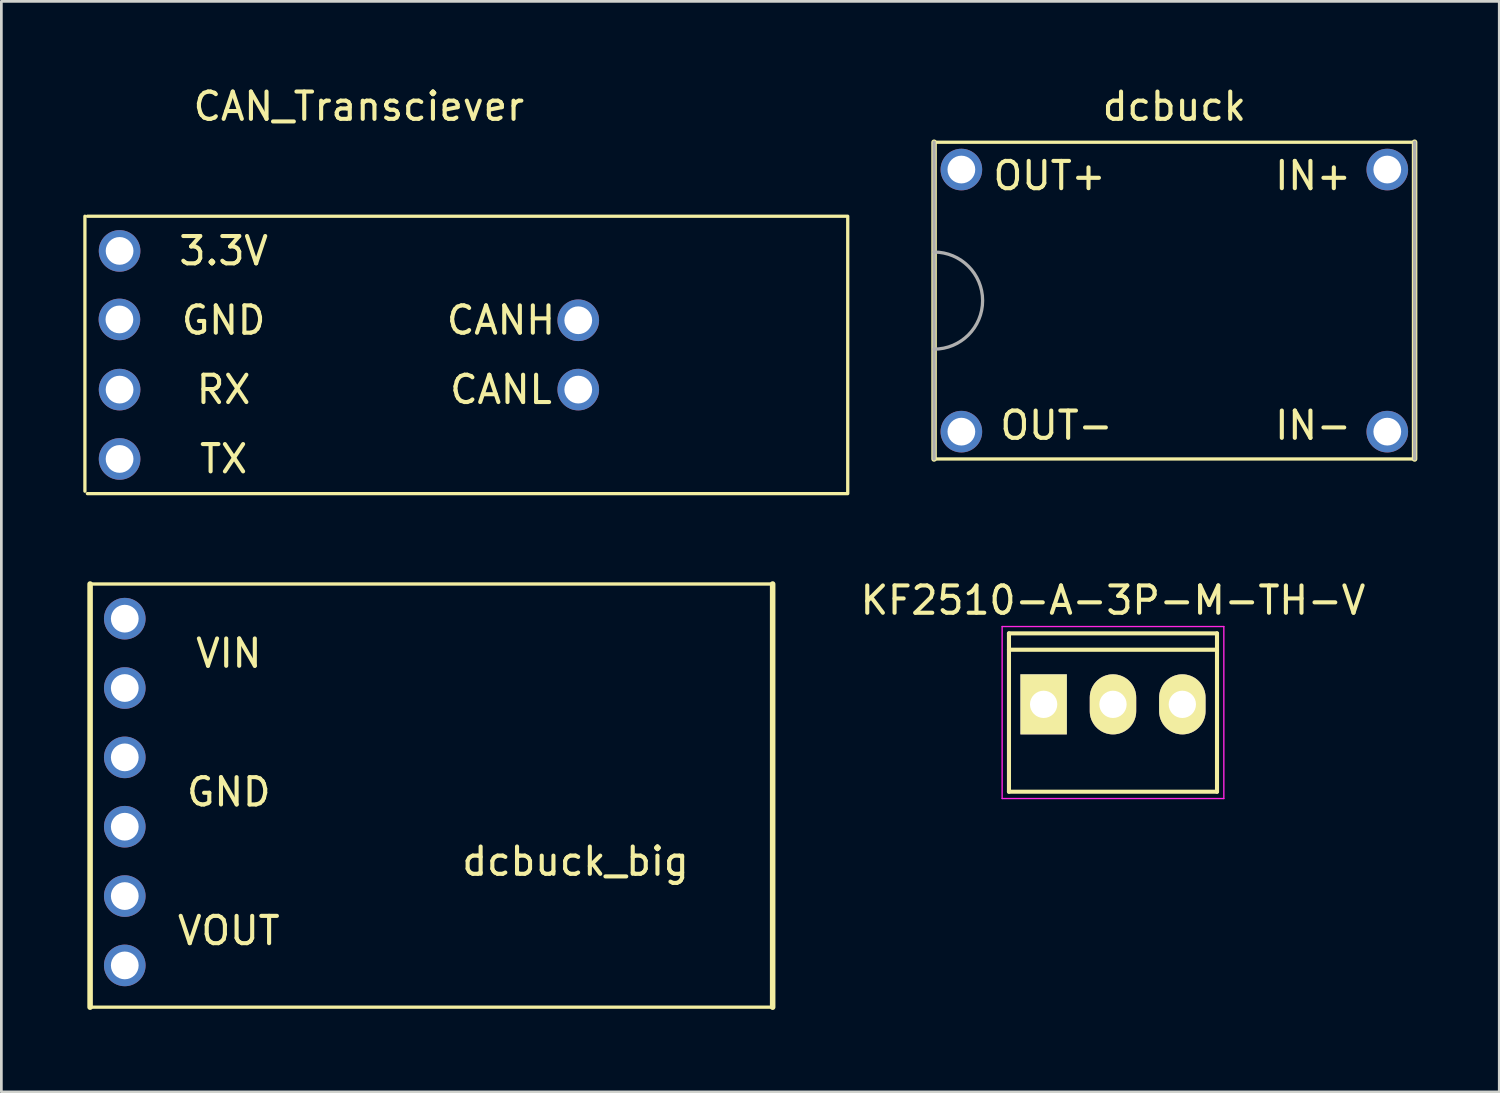
<source format=kicad_pcb>
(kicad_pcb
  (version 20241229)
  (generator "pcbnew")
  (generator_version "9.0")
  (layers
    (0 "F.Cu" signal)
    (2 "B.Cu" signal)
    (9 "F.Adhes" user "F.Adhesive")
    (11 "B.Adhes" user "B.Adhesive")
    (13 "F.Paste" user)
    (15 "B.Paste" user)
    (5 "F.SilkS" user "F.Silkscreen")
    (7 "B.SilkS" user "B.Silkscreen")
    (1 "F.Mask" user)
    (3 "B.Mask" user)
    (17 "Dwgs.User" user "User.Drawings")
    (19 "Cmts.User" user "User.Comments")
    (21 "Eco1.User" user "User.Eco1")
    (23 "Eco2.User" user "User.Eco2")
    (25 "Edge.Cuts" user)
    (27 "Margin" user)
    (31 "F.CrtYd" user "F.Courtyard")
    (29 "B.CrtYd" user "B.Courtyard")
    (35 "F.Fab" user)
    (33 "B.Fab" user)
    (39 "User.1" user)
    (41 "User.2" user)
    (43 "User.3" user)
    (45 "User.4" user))
  (footprint "dcbuck_big"
    (layer "F.Cu")
    (at 0.25 18.34)
    (property "Reference" "dcbuck_big" (at 17.78 10.16 0) (layer "F.SilkS") (effects (font (size 1 1) (thickness 0.15))))
    (attr through_hole)
    (fp_line (start 0 0) (end 0 15.5) (stroke (width 0.203) (type solid)) (layer "F.SilkS"))
    (fp_line (start 0 0) (end 25 0) (stroke (width 0.12) (type solid)) (layer "F.SilkS"))
    (fp_line (start 0 15.5) (end 25 15.5) (stroke (width 0.12) (type solid)) (layer "F.SilkS"))
    (fp_line (start 25 0) (end 25 15.5) (stroke (width 0.203) (type solid)) (layer "F.SilkS"))
    (fp_text user "VIN" (at 5.08 2.54 0) (layer "F.SilkS") (effects (font (size 1 1) (thickness 0.15))))
    (fp_text user "VOUT" (at 5.08 12.7 0) (layer "F.SilkS") (effects (font (size 1 1) (thickness 0.15))))
    (fp_text user "GND" (at 5.08 7.62 0) (layer "F.SilkS") (effects (font (size 1 1) (thickness 0.15))))
    (pad "1" thru_hole circle (at 1.27 1.27) (size 1.524 1.524) (drill 1.016) (layers "*.Cu" "*.Mask"))
    (pad "2" thru_hole circle (at 1.27 3.81) (size 1.524 1.524) (drill 1.016) (layers "*.Cu" "*.Mask"))
    (pad "3" thru_hole circle (at 1.27 6.35) (size 1.524 1.524) (drill 1.016) (layers "*.Cu" "*.Mask"))
    (pad "4" thru_hole circle (at 1.27 8.89) (size 1.524 1.524) (drill 1.016) (layers "*.Cu" "*.Mask"))
    (pad "5" thru_hole circle (at 1.27 11.43) (size 1.524 1.524) (drill 1.016) (layers "*.Cu" "*.Mask"))
    (pad "6" thru_hole circle (at 1.27 13.97) (size 1.524 1.524) (drill 1.016) (layers "*.Cu" "*.Mask")))
  (footprint "KF2510-A-3P-M-TH-V"
    (layer "F.Cu")
    (at 37.715 22.748)
    (property "Reference" "KF2510-A-3P-M-TH-V" (at 0 -3.81 0) (layer "F.SilkS") (effects (font (size 1 1) (thickness 0.15))))
    (attr through_hole)
    (fp_line (start -3.81 -2.6) (end 3.81 -2.6) (stroke (width 0.15) (type solid)) (layer "F.SilkS"))
    (fp_line (start -3.81 -2) (end 3.81 -2) (stroke (width 0.15) (type solid)) (layer "F.SilkS"))
    (fp_line (start -3.81 3.2) (end -3.81 -2.6) (stroke (width 0.15) (type solid)) (layer "F.SilkS"))
    (fp_line (start 3.81 -2.6) (end 3.81 3.2) (stroke (width 0.15) (type solid)) (layer "F.SilkS"))
    (fp_line (start 3.81 3.2) (end -3.81 3.2) (stroke (width 0.15) (type solid)) (layer "F.SilkS"))
    (fp_line (start -4.06 -2.85) (end 4.06 -2.85) (stroke (width 0.05) (type solid)) (layer "F.CrtYd"))
    (fp_line (start -4.06 3.45) (end -4.06 -2.85) (stroke (width 0.05) (type solid)) (layer "F.CrtYd"))
    (fp_line (start 4.06 -2.85) (end 4.06 3.45) (stroke (width 0.05) (type solid)) (layer "F.CrtYd"))
    (fp_line (start 4.06 3.45) (end -4.06 3.45) (stroke (width 0.05) (type solid)) (layer "F.CrtYd"))
    (pad "1" thru_hole rect (at -2.54 0) (size 1.7 2.2) (drill 1) (layers "*.Cu" "*.Mask" "F.SilkS"))
    (pad "2" thru_hole oval (at 0 0) (size 1.7 2.2) (drill 1) (layers "*.Cu" "*.Mask" "F.SilkS"))
    (pad "3" thru_hole oval (at 2.54 0) (size 1.7 2.2) (drill 1) (layers "*.Cu" "*.Mask" "F.SilkS")))
  (footprint "CAN_Transciever"
    (layer "F.Cu")
    (at 1.33 13.76)
    (property "Reference" "CAN_Transciever" (at 8.763 -12.912 0) (layer "F.SilkS") (effects (font (size 1 1) (thickness 0.15))))
    (attr through_hole)
    (fp_line (start -1.27 1.18) (end -1.27 -8.89) (stroke (width 0.12) (type solid)) (layer "F.SilkS"))
    (fp_line (start -1.18 -8.89) (end 26.67 -8.89) (stroke (width 0.12) (type solid)) (layer "F.SilkS"))
    (fp_line (start -1.18 1.27) (end 26.67 1.27) (stroke (width 0.12) (type solid)) (layer "F.SilkS"))
    (fp_line (start 26.67 1.225) (end 26.67 -8.845) (stroke (width 0.12) (type solid)) (layer "F.SilkS"))
    (fp_text user "RX" (at 3.81 -2.54 0) (layer "F.SilkS") (effects (font (size 1 1) (thickness 0.15))))
    (fp_text user "TX" (at 3.81 0 0) (layer "F.SilkS") (effects (font (size 1 1) (thickness 0.15))))
    (fp_text user "CANL" (at 13.97 -2.54 0) (layer "F.SilkS") (effects (font (size 1 1) (thickness 0.15))))
    (fp_text user "CANH" (at 13.97 -5.08 0) (layer "F.SilkS") (effects (font (size 1 1) (thickness 0.15))))
    (fp_text user "GND" (at 3.81 -5.08 0) (layer "F.SilkS") (effects (font (size 1 1) (thickness 0.15))))
    (fp_text user "3.3V" (at 3.81 -7.62 0) (layer "F.SilkS") (effects (font (size 1 1) (thickness 0.15))))
    (pad "1" thru_hole circle (at 0 0) (size 1.524 1.524) (drill 1.016) (layers "*.Cu" "*.Mask"))
    (pad "2" thru_hole circle (at 0 -2.54) (size 1.524 1.524) (drill 1.016) (layers "*.Cu" "*.Mask"))
    (pad "3" thru_hole circle (at -0.006 -5.11) (size 1.524 1.524) (drill 1.016) (layers "*.Cu" "*.Mask"))
    (pad "4" thru_hole circle (at 0 -7.62) (size 1.524 1.524) (drill 1.016) (layers "*.Cu" "*.Mask"))
    (pad "5" thru_hole circle (at 16.8 -2.54) (size 1.524 1.524) (drill 1.016) (layers "*.Cu" "*.Mask"))
    (pad "6" thru_hole circle (at 16.8 -5.08) (size 1.524 1.524) (drill 1.016) (layers "*.Cu" "*.Mask")))
  (footprint "dcbuck"
    (layer "F.Cu")
    (at 39.962 7.96)
    (property "Reference" "dcbuck" (at 0 -7.112 0) (layer "F.SilkS") (effects (font (size 1 1) (thickness 0.15))))
    (attr through_hole)
    (fp_line (start -8.8 -5.8) (end 8.8 -5.8) (stroke (width 0.12) (type solid)) (layer "F.SilkS"))
    (fp_line (start -8.8 5.8) (end -8.8 -5.8) (stroke (width 0.203) (type solid)) (layer "F.SilkS"))
    (fp_line (start -8.8 5.8) (end 8.8 5.8) (stroke (width 0.12) (type solid)) (layer "F.SilkS"))
    (fp_line (start 8.8 5.8) (end 8.8 -5.8) (stroke (width 0.203) (type solid)) (layer "F.SilkS"))
    (fp_line (start -8.8 -5.8) (end -8.8 5.8) (stroke (width 0.12) (type solid)) (layer "F.Fab"))
    (fp_line (start 8.8 5.8) (end 8.8 -5.8) (stroke (width 0.12) (type solid)) (layer "F.Fab"))
    (fp_arc (start -8.8 -1.777999) (mid -7.022001 0) (end -8.8 1.777999) (stroke (width 0.12) (type solid)) (layer "F.Fab"))
    (fp_text user "OUT-" (at -4.318 4.572 0) (layer "F.SilkS") (effects (font (size 1 1) (thickness 0.15))))
    (fp_text user "OUT+" (at -4.572 -4.572 0) (layer "F.SilkS") (effects (font (size 1 1) (thickness 0.15))))
    (fp_text user "IN+" (at 5.08 -4.572 0) (layer "F.SilkS") (effects (font (size 1 1) (thickness 0.15))))
    (fp_text user "IN-" (at 5.08 4.572 0) (layer "F.SilkS") (effects (font (size 1 1) (thickness 0.15))))
    (pad "1" thru_hole circle (at -7.8 4.8) (size 1.524 1.524) (drill 1.016) (layers "*.Cu" "*.Mask"))
    (pad "2" thru_hole circle (at 7.8 4.8) (size 1.524 1.524) (drill 1.016) (layers "*.Cu" "*.Mask"))
    (pad "3" thru_hole circle (at 7.8 -4.8) (size 1.524 1.524) (drill 1.016) (layers "*.Cu" "*.Mask"))
    (pad "4" thru_hole circle (at -7.8 -4.8) (size 1.524 1.524) (drill 1.016) (layers "*.Cu" "*.Mask")))
  (gr_rect
    (start -3 -3)
    (end 51.863 36.942)
    (stroke (width 0.1) (type default))
    (fill no)
    (layer "Edge.Cuts")))
</source>
